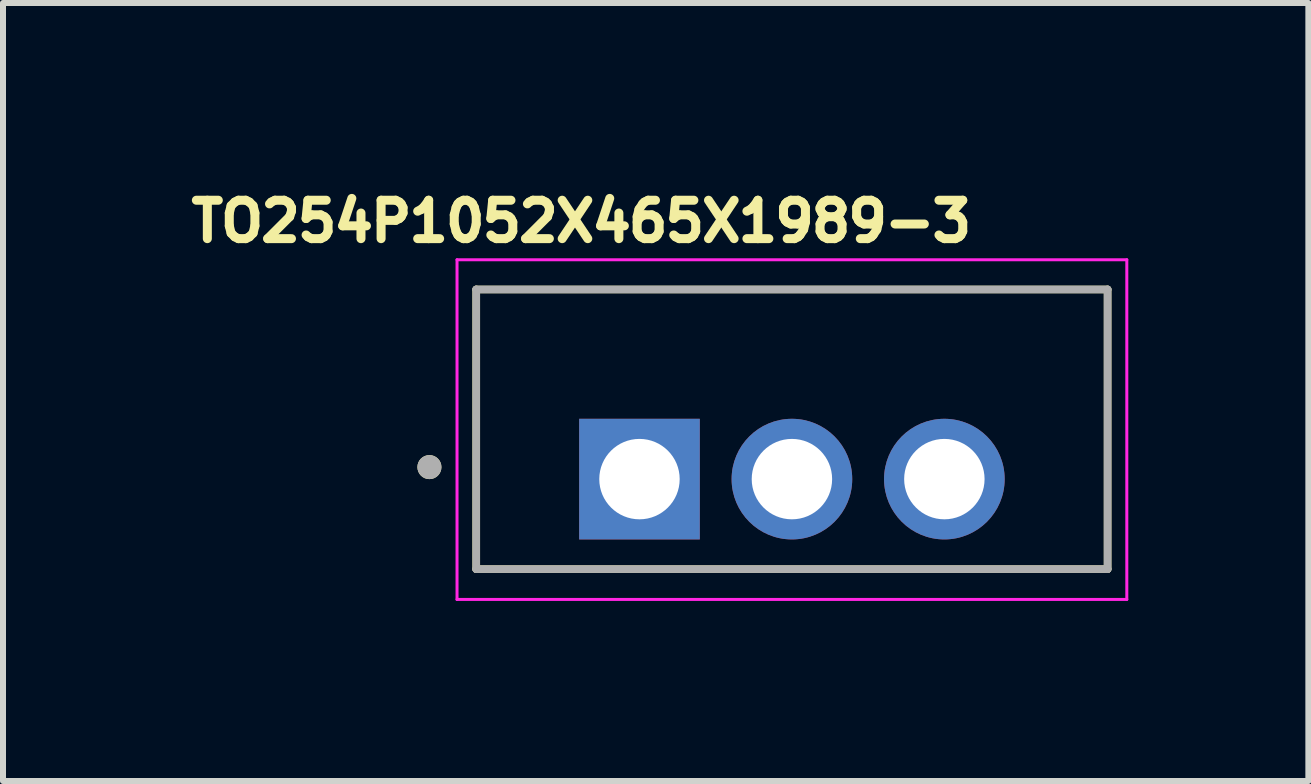
<source format=kicad_pcb>
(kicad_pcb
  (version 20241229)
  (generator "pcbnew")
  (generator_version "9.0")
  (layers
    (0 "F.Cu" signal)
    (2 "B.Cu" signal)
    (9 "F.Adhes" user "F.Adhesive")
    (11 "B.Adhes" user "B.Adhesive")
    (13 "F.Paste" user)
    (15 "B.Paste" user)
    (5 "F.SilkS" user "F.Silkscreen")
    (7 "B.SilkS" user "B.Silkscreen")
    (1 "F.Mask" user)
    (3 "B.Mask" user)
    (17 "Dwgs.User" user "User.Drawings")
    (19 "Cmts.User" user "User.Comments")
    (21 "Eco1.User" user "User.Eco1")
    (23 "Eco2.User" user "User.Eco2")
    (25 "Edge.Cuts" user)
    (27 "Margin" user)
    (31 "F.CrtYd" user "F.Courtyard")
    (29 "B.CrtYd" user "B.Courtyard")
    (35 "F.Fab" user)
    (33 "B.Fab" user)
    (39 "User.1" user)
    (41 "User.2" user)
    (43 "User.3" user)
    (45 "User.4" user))
  (footprint "TO254P1052X465X1989-3"
    (layer "F.Cu")
    (at 7.605 4.933)
    (property "Reference" "TO254P1052X465X1989-3" (at -0.968 -4.295 0) (layer "F.SilkS") (effects (font (size 0.64 0.64) (thickness 0.15))))
    (attr through_hole)
    (fp_line (start -2.72 -3.16) (end 7.8 -3.16) (stroke (width 0.127) (type solid)) (layer "F.SilkS"))
    (fp_line (start -2.72 1.5) (end -2.72 -3.16) (stroke (width 0.127) (type solid)) (layer "F.SilkS"))
    (fp_line (start 7.8 -3.16) (end 7.8 1.5) (stroke (width 0.127) (type solid)) (layer "F.SilkS"))
    (fp_line (start 7.8 1.5) (end -2.72 1.5) (stroke (width 0.127) (type solid)) (layer "F.SilkS"))
    (fp_circle (center -3.5 -0.2) (end -3.4 -0.2) (stroke (width 0.2) (type solid)) (fill no) (layer "F.SilkS"))
    (fp_line (start -3.04 -3.655) (end 8.12 -3.655) (stroke (width 0.05) (type solid)) (layer "F.CrtYd"))
    (fp_line (start -3.04 2.005) (end -3.04 -3.655) (stroke (width 0.05) (type solid)) (layer "F.CrtYd"))
    (fp_line (start 8.12 -3.655) (end 8.12 2.005) (stroke (width 0.05) (type solid)) (layer "F.CrtYd"))
    (fp_line (start 8.12 2.005) (end -3.04 2.005) (stroke (width 0.05) (type solid)) (layer "F.CrtYd"))
    (fp_line (start -2.72 -3.16) (end 7.8 -3.16) (stroke (width 0.127) (type solid)) (layer "F.Fab"))
    (fp_line (start -2.72 1.5) (end -2.72 -3.16) (stroke (width 0.127) (type solid)) (layer "F.Fab"))
    (fp_line (start 7.8 -3.16) (end 7.8 1.5) (stroke (width 0.127) (type solid)) (layer "F.Fab"))
    (fp_line (start 7.8 1.5) (end -2.72 1.5) (stroke (width 0.127) (type solid)) (layer "F.Fab"))
    (fp_circle (center -3.5 -0.2) (end -3.4 -0.2) (stroke (width 0.2) (type solid)) (fill no) (layer "F.Fab"))
    (pad "1" thru_hole rect (at 0 0) (size 2.01 2.01) (drill 1.34) (layers "*.Cu" "*.Mask"))
    (pad "2" thru_hole circle (at 2.54 0) (size 2.01 2.01) (drill 1.34) (layers "*.Cu" "*.Mask"))
    (pad "3" thru_hole circle (at 5.08 0) (size 2.01 2.01) (drill 1.34) (layers "*.Cu" "*.Mask")))
  (gr_rect
    (start -3 -3)
    (end 18.75 9.963)
    (stroke (width 0.1) (type default))
    (fill no)
    (layer "Edge.Cuts")))
</source>
